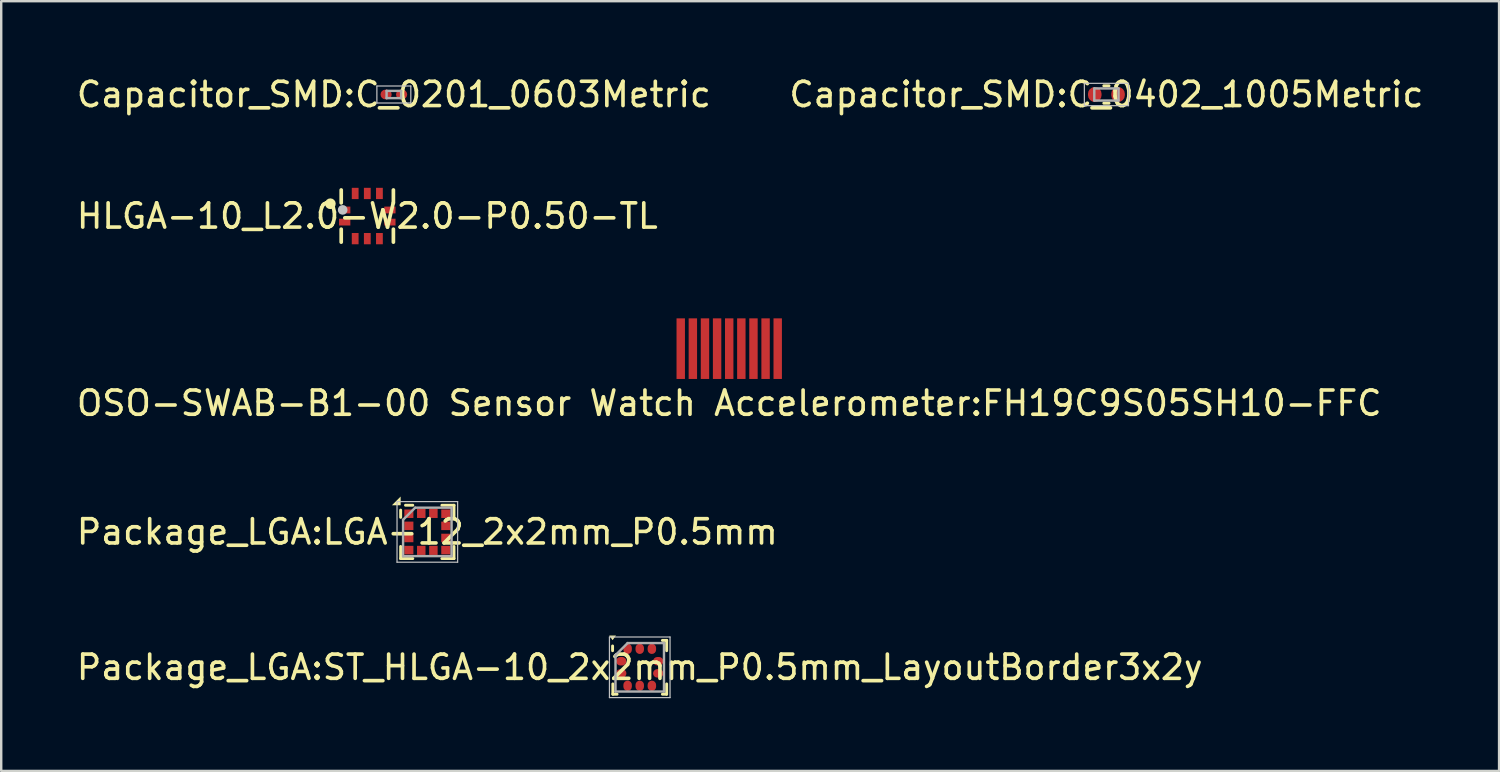
<source format=kicad_pcb>
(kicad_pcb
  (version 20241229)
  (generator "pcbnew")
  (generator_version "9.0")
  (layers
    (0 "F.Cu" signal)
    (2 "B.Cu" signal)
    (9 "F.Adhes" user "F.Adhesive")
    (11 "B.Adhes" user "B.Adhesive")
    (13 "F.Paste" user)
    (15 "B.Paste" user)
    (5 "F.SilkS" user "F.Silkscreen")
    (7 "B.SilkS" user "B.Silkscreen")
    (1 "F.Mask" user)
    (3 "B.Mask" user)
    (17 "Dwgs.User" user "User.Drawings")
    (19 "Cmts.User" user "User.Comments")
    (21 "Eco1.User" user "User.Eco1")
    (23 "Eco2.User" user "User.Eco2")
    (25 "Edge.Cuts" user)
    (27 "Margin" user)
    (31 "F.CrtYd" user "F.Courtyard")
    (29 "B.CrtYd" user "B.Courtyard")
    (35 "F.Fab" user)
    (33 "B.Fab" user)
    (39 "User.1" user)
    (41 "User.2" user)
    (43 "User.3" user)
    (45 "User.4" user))
  (footprint "Capacitor_SMD{colon}C_0201_0603Metric"
    (layer "F.Cu")
    (at 13.196 0.848)
    (property "Reference" "Capacitor_SMD{colon}C_0201_0603Metric" (at 0 0 0) (layer "F.SilkS") (effects (font (size 1 1) (thickness 0.15))))
    (fp_line (start -0.7 -0.35) (end -0.7 0.35) (stroke (width 0.05) (type default)) (layer "Dwgs.User"))
    (fp_line (start -0.7 0.35) (end 0.7 0.35) (stroke (width 0.05) (type default)) (layer "Dwgs.User"))
    (fp_line (start 0.7 -0.35) (end -0.7 -0.35) (stroke (width 0.05) (type default)) (layer "Dwgs.User"))
    (fp_line (start 0.7 0.35) (end 0.7 -0.35) (stroke (width 0.05) (type default)) (layer "Dwgs.User"))
    (fp_line (start -0.3 -0.15) (end -0.3 0.15) (stroke (width 0.1) (type default)) (layer "F.Fab"))
    (fp_line (start -0.3 0.15) (end 0.3 0.15) (stroke (width 0.1) (type default)) (layer "F.Fab"))
    (fp_line (start 0.3 -0.15) (end -0.3 -0.15) (stroke (width 0.1) (type default)) (layer "F.Fab"))
    (fp_line (start 0.3 0.15) (end 0.3 -0.15) (stroke (width 0.1) (type default)) (layer "F.Fab"))
    (pad "" smd roundrect (at -0.345 0) (size 0.318 0.36) (layers "F.Cu" "F.Mask" "F.Paste") (roundrect_rratio 0.5))
    (pad "" smd roundrect (at 0.345 0) (size 0.318 0.36) (layers "F.Cu" "F.Mask" "F.Paste") (roundrect_rratio 0.5))
    (pad "1" smd roundrect (at -0.32 0) (size 0.46 0.4) (layers "F.Cu" "F.Mask" "F.Paste") (roundrect_rratio 0.5))
    (pad "2" smd roundrect (at 0.32 0) (size 0.46 0.4) (layers "F.Cu" "F.Mask" "F.Paste") (roundrect_rratio 0.5)))
  (footprint "Capacitor_SMD{colon}C_0402_1005Metric"
    (layer "F.Cu")
    (at 42.589 0.848)
    (property "Reference" "Capacitor_SMD{colon}C_0402_1005Metric" (at 0 0 0) (layer "F.SilkS") (effects (font (size 1 1) (thickness 0.15))))
    (fp_line (start 0.108 -0.36) (end -0.108 -0.36) (stroke (width 0.12) (type default)) (layer "F.SilkS"))
    (fp_line (start 0.108 0.36) (end -0.108 0.36) (stroke (width 0.12) (type default)) (layer "F.SilkS"))
    (fp_line (start -0.91 -0.46) (end -0.91 0.46) (stroke (width 0.05) (type default)) (layer "Dwgs.User"))
    (fp_line (start -0.91 0.46) (end 0.91 0.46) (stroke (width 0.05) (type default)) (layer "Dwgs.User"))
    (fp_line (start 0.91 -0.46) (end -0.91 -0.46) (stroke (width 0.05) (type default)) (layer "Dwgs.User"))
    (fp_line (start 0.91 0.46) (end 0.91 -0.46) (stroke (width 0.05) (type default)) (layer "Dwgs.User"))
    (fp_line (start -0.5 -0.25) (end -0.5 0.25) (stroke (width 0.1) (type default)) (layer "F.Fab"))
    (fp_line (start -0.5 0.25) (end 0.5 0.25) (stroke (width 0.1) (type default)) (layer "F.Fab"))
    (fp_line (start 0.5 -0.25) (end -0.5 -0.25) (stroke (width 0.1) (type default)) (layer "F.Fab"))
    (fp_line (start 0.5 0.25) (end 0.5 -0.25) (stroke (width 0.1) (type default)) (layer "F.Fab"))
    (pad "1" smd roundrect (at -0.48 0) (size 0.56 0.62) (layers "F.Cu" "F.Mask" "F.Paste") (roundrect_rratio 0.5))
    (pad "2" smd roundrect (at 0.48 0) (size 0.56 0.62) (layers "F.Cu" "F.Mask" "F.Paste") (roundrect_rratio 0.5)))
  (footprint "OSO-SWAB-B1-00 Sensor Watch Accelerometer{colon}FH19C9S05SH10-FFC"
    (layer "F.Cu")
    (at 27.03 13.582)
    (property "Reference" "OSO-SWAB-B1-00 Sensor Watch Accelerometer{colon}FH19C9S05SH10-FFC" (at 0 0 0) (layer "F.SilkS") (effects (font (size 1 1) (thickness 0.15))))
    (fp_poly (pts (xy 2.566 -3.556) (xy -2.566 -3.556) (xy -2.567 -0.898) (xy 2.564 -0.898)) (stroke (width 0) (type default)) (fill yes) (layer "F.Mask"))
    (pad "1" smd rect (at 2 -2.25 270) (size 2.5 0.347) (layers "F.Cu" "F.Mask" "F.Paste"))
    (pad "2" smd rect (at 1.5 -2.25 270) (size 2.5 0.347) (layers "F.Cu" "F.Mask" "F.Paste"))
    (pad "3" smd rect (at 1 -2.25 270) (size 2.5 0.347) (layers "F.Cu" "F.Mask" "F.Paste"))
    (pad "4" smd rect (at 0.5 -2.25 270) (size 2.5 0.347) (layers "F.Cu" "F.Mask" "F.Paste"))
    (pad "5" smd rect (at 0 -2.25 270) (size 2.5 0.347) (layers "F.Cu" "F.Mask" "F.Paste"))
    (pad "6" smd rect (at -0.5 -2.25 270) (size 2.5 0.347) (layers "F.Cu" "F.Mask" "F.Paste"))
    (pad "7" smd rect (at -1 -2.25 270) (size 2.5 0.347) (layers "F.Cu" "F.Mask" "F.Paste"))
    (pad "8" smd rect (at -1.5 -2.25 270) (size 2.5 0.347) (layers "F.Cu" "F.Mask" "F.Paste"))
    (pad "9" smd rect (at -2 -2.25 270) (size 2.5 0.347) (layers "F.Cu" "F.Mask" "F.Paste")))
  (footprint "HLGA-10_L2.0-W2.0-P0.50-TL"
    (layer "F.Cu")
    (at 12.101 5.862)
    (property "Reference" "HLGA-10_L2.0-W2.0-P0.50-TL" (at 0 0 0) (layer "F.SilkS") (effects (font (size 1 1) (thickness 0.15))))
    (fp_line (start -1.076 -1.076) (end -1.076 -0.542) (stroke (width 0.152) (type default)) (layer "F.SilkS"))
    (fp_line (start -1.076 1.076) (end -1.076 0.542) (stroke (width 0.152) (type default)) (layer "F.SilkS"))
    (fp_line (start 1.076 -1.076) (end 1.076 -0.542) (stroke (width 0.152) (type default)) (layer "F.SilkS"))
    (fp_line (start 1.076 1.076) (end 1.076 0.542) (stroke (width 0.152) (type default)) (layer "F.SilkS"))
    (fp_circle (center -1.524 -0.508) (end -1.403 -0.508) (stroke (width 0.2) (type default)) (fill no) (layer "F.SilkS"))
    (fp_circle (center -1.016 -0.254) (end -0.916 -0.254) (stroke (width 0.2) (type default)) (fill no) (layer "Dwgs.User"))
    (fp_poly (pts (xy -1 -0.125) (xy -0.725 -0.125) (xy -0.725 -0.375) (xy -1 -0.375)) (stroke (width 0.1) (type default)) (fill no) (layer "User.1"))
    (fp_poly (pts (xy -1 0.375) (xy -0.725 0.375) (xy -0.725 0.125) (xy -1 0.125)) (stroke (width 0.1) (type default)) (fill no) (layer "User.1"))
    (fp_poly (pts (xy -0.625 -1) (xy -0.375 -1) (xy -0.375 -0.725) (xy -0.625 -0.725)) (stroke (width 0.1) (type default)) (fill no) (layer "User.1"))
    (fp_poly (pts (xy -0.625 1) (xy -0.375 1) (xy -0.375 0.725) (xy -0.625 0.725)) (stroke (width 0.1) (type default)) (fill no) (layer "User.1"))
    (fp_poly (pts (xy -0.125 -1) (xy 0.125 -1) (xy 0.125 -0.725) (xy -0.125 -0.725)) (stroke (width 0.1) (type default)) (fill no) (layer "User.1"))
    (fp_poly (pts (xy -0.125 1) (xy 0.125 1) (xy 0.125 0.725) (xy -0.125 0.725)) (stroke (width 0.1) (type default)) (fill no) (layer "User.1"))
    (fp_poly (pts (xy 0.375 -1) (xy 0.625 -1) (xy 0.625 -0.725) (xy 0.375 -0.725)) (stroke (width 0.1) (type default)) (fill no) (layer "User.1"))
    (fp_poly (pts (xy 0.375 1) (xy 0.625 1) (xy 0.625 0.725) (xy 0.375 0.725)) (stroke (width 0.1) (type default)) (fill no) (layer "User.1"))
    (fp_poly (pts (xy 1 -0.125) (xy 0.725 -0.125) (xy 0.725 -0.375) (xy 1 -0.375)) (stroke (width 0.1) (type default)) (fill no) (layer "User.1"))
    (fp_poly (pts (xy 1 0.375) (xy 0.725 0.375) (xy 0.725 0.125) (xy 1 0.125)) (stroke (width 0.1) (type default)) (fill no) (layer "User.1"))
    (fp_line (start -1 -1) (end -1 1) (stroke (width 0.051) (type default)) (layer "User.2"))
    (fp_line (start -1 1) (end 1 1) (stroke (width 0.051) (type default)) (layer "User.2"))
    (fp_line (start 1 -1) (end -1 -1) (stroke (width 0.051) (type default)) (layer "User.2"))
    (fp_line (start 1 1) (end 1 -1) (stroke (width 0.051) (type default)) (layer "User.2"))
    (fp_poly (pts (xy -0.94 -1) (xy -0.958 -1.042) (xy -1 -1.06) (xy -1.042 -1.042) (xy -1.06 -1) (xy -1.042 -0.958) (xy -1 -0.94) (xy -0.958 -0.958)) (stroke (width 0.1) (type default)) (fill no) (layer "User.3"))
    (pad "1" smd rect (at -0.932 -0.25) (size 0.465 0.28) (layers "F.Cu" "F.Mask" "F.Paste"))
    (pad "2" smd rect (at -0.932 0.25) (size 0.465 0.28) (layers "F.Cu" "F.Mask" "F.Paste"))
    (pad "3" smd rect (at -0.5 0.932) (size 0.28 0.465) (layers "F.Cu" "F.Mask" "F.Paste"))
    (pad "4" smd rect (at 0 0.932) (size 0.28 0.465) (layers "F.Cu" "F.Mask" "F.Paste"))
    (pad "5" smd rect (at 0.5 0.932) (size 0.28 0.465) (layers "F.Cu" "F.Mask" "F.Paste"))
    (pad "6" smd rect (at 0.932 0.25) (size 0.465 0.28) (layers "F.Cu" "F.Mask" "F.Paste"))
    (pad "7" smd rect (at 0.932 -0.25) (size 0.465 0.28) (layers "F.Cu" "F.Mask" "F.Paste"))
    (pad "8" smd rect (at 0.5 -0.932) (size 0.28 0.465) (layers "F.Cu" "F.Mask" "F.Paste"))
    (pad "9" smd rect (at 0 -0.932) (size 0.28 0.465) (layers "F.Cu" "F.Mask" "F.Paste"))
    (pad "10" smd rect (at -0.5 -0.932) (size 0.28 0.465) (layers "F.Cu" "F.Mask" "F.Paste")))
  (footprint "Package_LGA{colon}ST_HLGA-10_2x2mm_P0.5mm_LayoutBorder3x2y"
    (layer "F.Cu")
    (at 23.339 24.476)
    (property "Reference" "Package_LGA{colon}ST_HLGA-10_2x2mm_P0.5mm_LayoutBorder3x2y" (at 0 0 0) (layer "F.SilkS") (effects (font (size 1 1) (thickness 0.15))))
    (fp_line (start -1.12 -0.88) (end -1.12 -0.685) (stroke (width 0.12) (type default)) (layer "F.SilkS"))
    (fp_line (start -1.11 0.685) (end -1.11 1.11) (stroke (width 0.12) (type default)) (layer "F.SilkS"))
    (fp_line (start -1.11 1.11) (end -0.935 1.11) (stroke (width 0.12) (type default)) (layer "F.SilkS"))
    (fp_line (start 1.11 -1.11) (end 0.935 -1.11) (stroke (width 0.12) (type default)) (layer "F.SilkS"))
    (fp_line (start 1.11 -0.685) (end 1.11 -1.11) (stroke (width 0.12) (type default)) (layer "F.SilkS"))
    (fp_line (start 1.11 0.685) (end 1.11 1.11) (stroke (width 0.12) (type default)) (layer "F.SilkS"))
    (fp_line (start 1.11 1.11) (end 0.935 1.11) (stroke (width 0.12) (type default)) (layer "F.SilkS"))
    (fp_poly (pts (xy -1.12 -1.12) (xy -1.26 -1.31) (xy -0.98 -1.31)) (stroke (width 0) (type default)) (fill yes) (layer "F.SilkS"))
    (fp_line (start -1.25 -1.25) (end 1.25 -1.25) (stroke (width 0.05) (type default)) (layer "Dwgs.User"))
    (fp_line (start -1.25 1.25) (end -1.25 -1.25) (stroke (width 0.05) (type default)) (layer "Dwgs.User"))
    (fp_line (start 1.25 -1.25) (end 1.25 1.25) (stroke (width 0.05) (type default)) (layer "Dwgs.User"))
    (fp_line (start 1.25 1.25) (end -1.25 1.25) (stroke (width 0.05) (type default)) (layer "Dwgs.User"))
    (fp_line (start -1 -0.5) (end -1 1) (stroke (width 0.1) (type default)) (layer "F.Fab"))
    (fp_line (start -1 1) (end 1 1) (stroke (width 0.1) (type default)) (layer "F.Fab"))
    (fp_line (start -0.5 -1) (end -1 -0.5) (stroke (width 0.1) (type default)) (layer "F.Fab"))
    (fp_line (start 1 -1) (end -0.5 -1) (stroke (width 0.1) (type default)) (layer "F.Fab"))
    (fp_line (start 1 1) (end 1 -1) (stroke (width 0.1) (type default)) (layer "F.Fab"))
    (pad "1" smd roundrect (at -0.762 -0.25) (size 0.425 0.35) (layers "F.Cu" "F.Mask" "F.Paste") (roundrect_rratio 0.5))
    (pad "2" smd roundrect (at -0.762 0.25) (size 0.425 0.35) (layers "F.Cu" "F.Mask" "F.Paste") (roundrect_rratio 0.5))
    (pad "3" smd roundrect (at -0.5 0.762) (size 0.35 0.425) (layers "F.Cu" "F.Mask" "F.Paste") (roundrect_rratio 0.5))
    (pad "4" smd roundrect (at 0 0.762) (size 0.35 0.425) (layers "F.Cu" "F.Mask" "F.Paste") (roundrect_rratio 0.5))
    (pad "5" smd roundrect (at 0.5 0.762) (size 0.35 0.425) (layers "F.Cu" "F.Mask" "F.Paste") (roundrect_rratio 0.5))
    (pad "6" smd roundrect (at 0.762 0.25) (size 0.425 0.35) (layers "F.Cu" "F.Mask" "F.Paste") (roundrect_rratio 0.5))
    (pad "7" smd roundrect (at 0.762 -0.25) (size 0.425 0.35) (layers "F.Cu" "F.Mask" "F.Paste") (roundrect_rratio 0.5))
    (pad "8" smd roundrect (at 0.5 -0.762) (size 0.35 0.425) (layers "F.Cu" "F.Mask" "F.Paste") (roundrect_rratio 0.5))
    (pad "9" smd roundrect (at 0 -0.762) (size 0.35 0.425) (layers "F.Cu" "F.Mask" "F.Paste") (roundrect_rratio 0.5))
    (pad "10" smd roundrect (at -0.5 -0.762) (size 0.35 0.425) (layers "F.Cu" "F.Mask" "F.Paste") (roundrect_rratio 0.5)))
  (footprint "Package_LGA{colon}LGA-12_2x2mm_P0.5mm"
    (layer "F.Cu")
    (at 14.577 18.891)
    (property "Reference" "Package_LGA{colon}LGA-12_2x2mm_P0.5mm" (at 0 0 0) (layer "F.SilkS") (effects (font (size 1 1) (thickness 0.15))))
    (fp_line (start -1.1 -0.9) (end -1.1 -0.6) (stroke (width 0.12) (type default)) (layer "F.SilkS"))
    (fp_line (start -1.1 0.6) (end -1.1 1.1) (stroke (width 0.12) (type default)) (layer "F.SilkS"))
    (fp_line (start -1.1 1.1) (end -0.6 1.1) (stroke (width 0.12) (type default)) (layer "F.SilkS"))
    (fp_line (start -0.9 -1.1) (end -0.6 -1.1) (stroke (width 0.12) (type default)) (layer "F.SilkS"))
    (fp_line (start 0.6 1.1) (end 1.1 1.1) (stroke (width 0.12) (type default)) (layer "F.SilkS"))
    (fp_line (start 1.1 -1.1) (end 0.6 -1.1) (stroke (width 0.12) (type default)) (layer "F.SilkS"))
    (fp_line (start 1.1 -0.6) (end 1.1 -1.1) (stroke (width 0.12) (type default)) (layer "F.SilkS"))
    (fp_line (start 1.1 1.1) (end 1.1 0.6) (stroke (width 0.12) (type default)) (layer "F.SilkS"))
    (fp_poly (pts (xy -1.1 -1.1) (xy -1.46 -1.1) (xy -1.1 -1.46)) (stroke (width 0) (type default)) (fill yes) (layer "F.SilkS"))
    (fp_line (start -1.25 -1.25) (end -1.25 1.25) (stroke (width 0.05) (type default)) (layer "Dwgs.User"))
    (fp_line (start -1.25 1.25) (end 1.25 1.25) (stroke (width 0.05) (type default)) (layer "Dwgs.User"))
    (fp_line (start 1.25 -1.25) (end -1.25 -1.25) (stroke (width 0.05) (type default)) (layer "Dwgs.User"))
    (fp_line (start 1.25 1.25) (end 1.25 -1.25) (stroke (width 0.05) (type default)) (layer "Dwgs.User"))
    (fp_line (start -1 -0.5) (end -1 1) (stroke (width 0.1) (type default)) (layer "F.Fab"))
    (fp_line (start -1 1) (end 1 1) (stroke (width 0.1) (type default)) (layer "F.Fab"))
    (fp_line (start -0.5 -1) (end -1 -0.5) (stroke (width 0.1) (type default)) (layer "F.Fab"))
    (fp_line (start 1 -1) (end -0.5 -1) (stroke (width 0.1) (type default)) (layer "F.Fab"))
    (fp_line (start 1 1) (end 1 -1) (stroke (width 0.1) (type default)) (layer "F.Fab"))
    (pad "1" smd rect (at -0.762 -0.75) (size 0.375 0.35) (layers "F.Cu" "F.Mask" "F.Paste"))
    (pad "2" smd rect (at -0.762 -0.25) (size 0.375 0.35) (layers "F.Cu" "F.Mask" "F.Paste"))
    (pad "3" smd rect (at -0.762 0.25) (size 0.375 0.35) (layers "F.Cu" "F.Mask" "F.Paste"))
    (pad "4" smd rect (at -0.762 0.75) (size 0.375 0.35) (layers "F.Cu" "F.Mask" "F.Paste"))
    (pad "5" smd rect (at -0.25 0.762 90) (size 0.375 0.35) (layers "F.Cu" "F.Mask" "F.Paste"))
    (pad "6" smd rect (at 0.25 0.762 90) (size 0.375 0.35) (layers "F.Cu" "F.Mask" "F.Paste"))
    (pad "7" smd rect (at 0.762 0.75) (size 0.375 0.35) (layers "F.Cu" "F.Mask" "F.Paste"))
    (pad "8" smd rect (at 0.762 0.25) (size 0.375 0.35) (layers "F.Cu" "F.Mask" "F.Paste"))
    (pad "9" smd rect (at 0.762 -0.25) (size 0.375 0.35) (layers "F.Cu" "F.Mask" "F.Paste"))
    (pad "10" smd rect (at 0.762 -0.75) (size 0.375 0.35) (layers "F.Cu" "F.Mask" "F.Paste"))
    (pad "11" smd rect (at 0.25 -0.762 90) (size 0.375 0.35) (layers "F.Cu" "F.Mask" "F.Paste"))
    (pad "12" smd rect (at -0.25 -0.762 90) (size 0.375 0.35) (layers "F.Cu" "F.Mask" "F.Paste")))
  (gr_rect
    (start -3 -3)
    (end 58.786 28.751)
    (stroke (width 0.1) (type default))
    (fill no)
    (layer "Edge.Cuts")))
</source>
